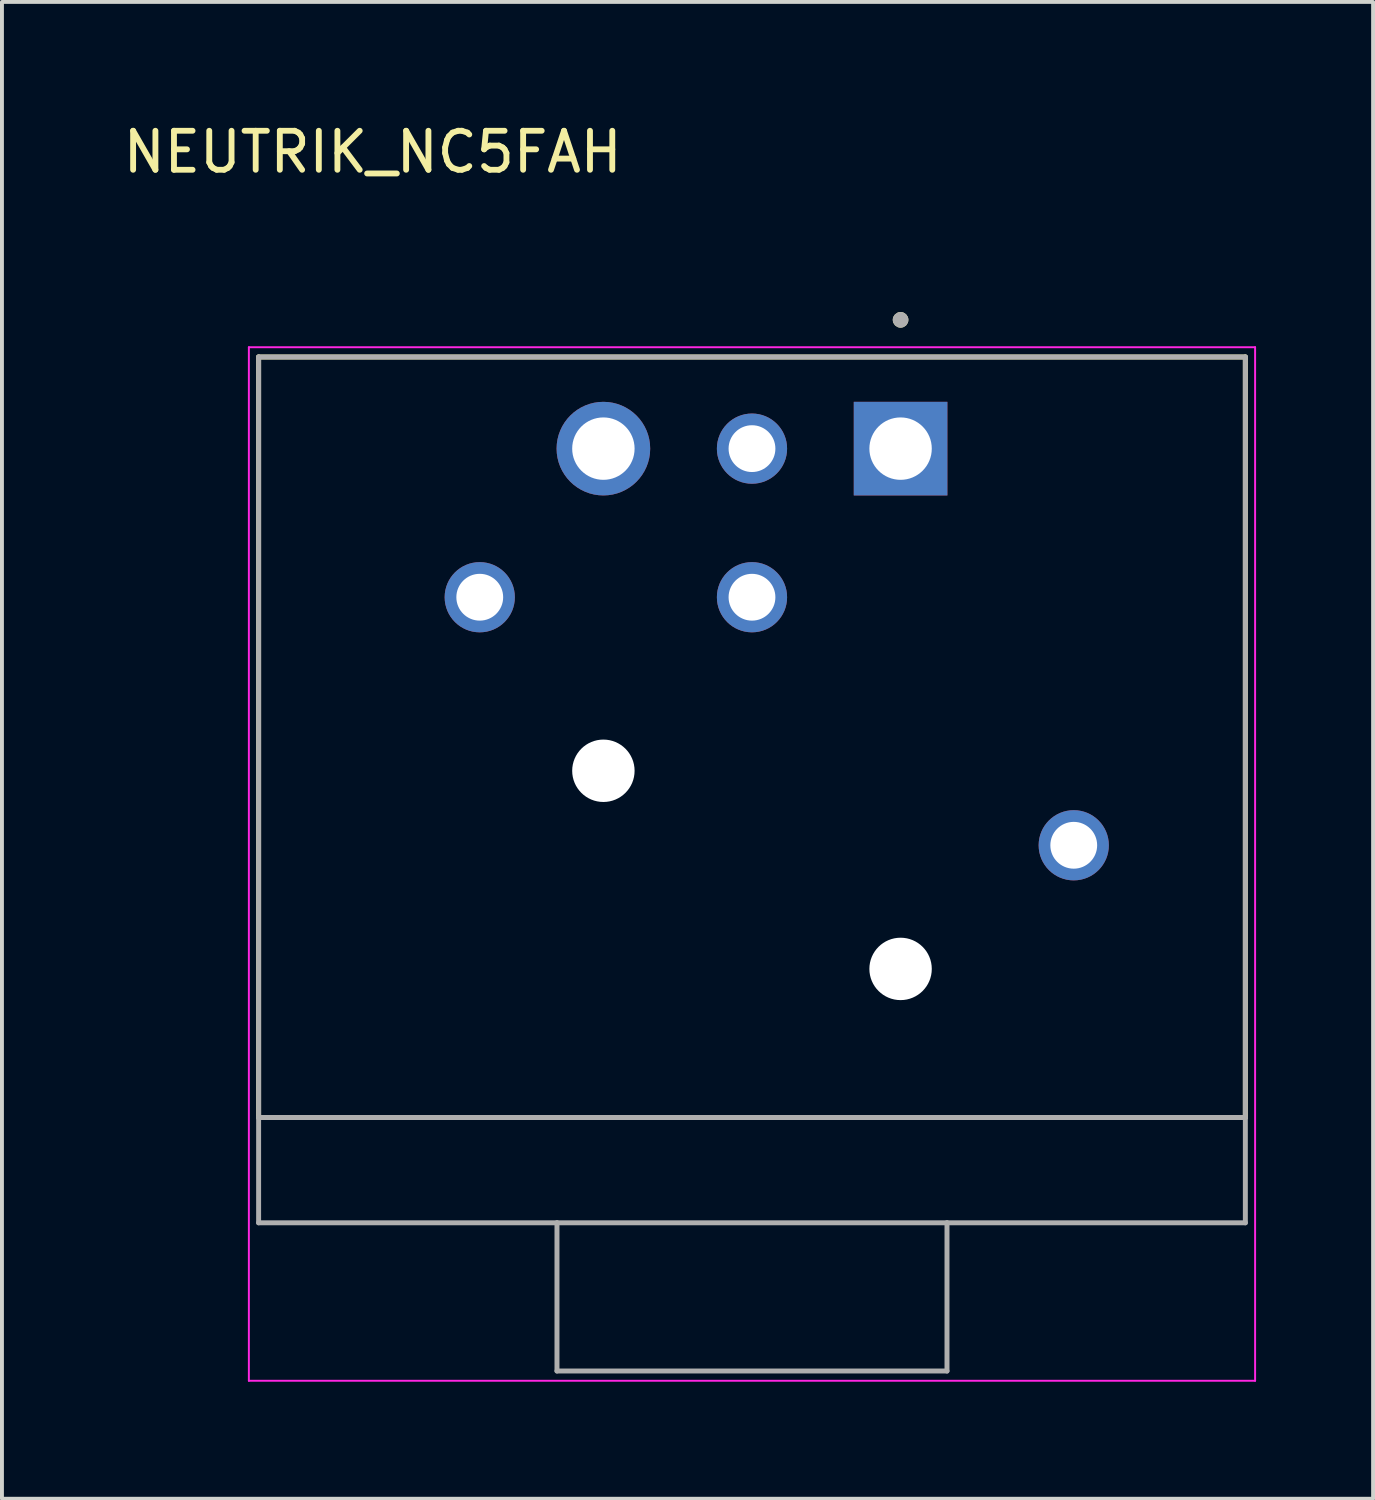
<source format=kicad_pcb>
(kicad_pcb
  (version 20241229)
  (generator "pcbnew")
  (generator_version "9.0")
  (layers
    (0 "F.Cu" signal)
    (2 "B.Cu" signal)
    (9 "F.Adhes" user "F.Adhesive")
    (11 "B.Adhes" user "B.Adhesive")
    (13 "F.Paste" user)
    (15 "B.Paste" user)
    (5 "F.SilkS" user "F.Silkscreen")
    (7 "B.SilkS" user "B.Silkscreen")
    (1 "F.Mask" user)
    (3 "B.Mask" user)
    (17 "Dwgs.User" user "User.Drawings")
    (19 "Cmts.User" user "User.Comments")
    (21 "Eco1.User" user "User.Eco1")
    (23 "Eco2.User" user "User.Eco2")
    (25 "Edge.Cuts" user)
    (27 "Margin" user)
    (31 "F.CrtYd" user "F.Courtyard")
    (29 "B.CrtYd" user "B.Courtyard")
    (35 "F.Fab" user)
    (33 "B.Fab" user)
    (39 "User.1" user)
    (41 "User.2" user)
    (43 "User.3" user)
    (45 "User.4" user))
  (footprint "NEUTRIK_NC5FAH"
    (layer "F.Cu")
    (at 16.231 8.453)
    (property "Reference" "NEUTRIK_NC5FAH" (at -9.725 -7.605 0) (layer "F.SilkS") (effects (font (size 1 1) (thickness 0.15))))
    (attr through_hole)
    (fp_line (start -12.65 17.15) (end -12.65 -2.35) (stroke (width 0.127) (type solid)) (layer "F.SilkS"))
    (fp_line (start 12.65 -2.35) (end -12.65 -2.35) (stroke (width 0.127) (type solid)) (layer "F.SilkS"))
    (fp_line (start 12.65 17.15) (end -12.65 17.15) (stroke (width 0.127) (type solid)) (layer "F.SilkS"))
    (fp_line (start 12.65 17.15) (end 12.65 -2.35) (stroke (width 0.127) (type solid)) (layer "F.SilkS"))
    (fp_circle (center 3.81 -3.302) (end 3.91 -3.302) (stroke (width 0.2) (type solid)) (fill no) (layer "F.SilkS"))
    (fp_line (start -12.9 -2.6) (end -12.9 23.9) (stroke (width 0.05) (type solid)) (layer "F.CrtYd"))
    (fp_line (start -12.9 23.9) (end 12.9 23.9) (stroke (width 0.05) (type solid)) (layer "F.CrtYd"))
    (fp_line (start 12.9 -2.6) (end -12.9 -2.6) (stroke (width 0.05) (type solid)) (layer "F.CrtYd"))
    (fp_line (start 12.9 23.9) (end 12.9 -2.6) (stroke (width 0.05) (type solid)) (layer "F.CrtYd"))
    (fp_line (start -12.65 17.15) (end -12.65 -2.35) (stroke (width 0.127) (type solid)) (layer "F.Fab"))
    (fp_line (start -12.65 19.85) (end -12.65 17.15) (stroke (width 0.127) (type solid)) (layer "F.Fab"))
    (fp_line (start -5 19.85) (end -12.65 19.85) (stroke (width 0.127) (type solid)) (layer "F.Fab"))
    (fp_line (start -5 19.85) (end -5 23.65) (stroke (width 0.127) (type solid)) (layer "F.Fab"))
    (fp_line (start -5 23.65) (end 5 23.65) (stroke (width 0.127) (type solid)) (layer "F.Fab"))
    (fp_line (start 5 19.85) (end -5 19.85) (stroke (width 0.127) (type solid)) (layer "F.Fab"))
    (fp_line (start 5 23.65) (end 5 19.85) (stroke (width 0.127) (type solid)) (layer "F.Fab"))
    (fp_line (start 12.65 -2.35) (end -12.65 -2.35) (stroke (width 0.127) (type solid)) (layer "F.Fab"))
    (fp_line (start 12.65 17.15) (end -12.65 17.15) (stroke (width 0.127) (type solid)) (layer "F.Fab"))
    (fp_line (start 12.65 17.15) (end 12.65 -2.35) (stroke (width 0.127) (type solid)) (layer "F.Fab"))
    (fp_line (start 12.65 19.85) (end 5 19.85) (stroke (width 0.127) (type solid)) (layer "F.Fab"))
    (fp_line (start 12.65 19.85) (end 12.65 17.15) (stroke (width 0.127) (type solid)) (layer "F.Fab"))
    (fp_circle (center 3.81 -3.302) (end 3.91 -3.302) (stroke (width 0.2) (type solid)) (fill no) (layer "F.Fab"))
    (pad "" np_thru_hole circle (at -3.81 8.26) (size 1.6 1.6) (drill 1.6) (layers "*.Cu" "*.Mask"))
    (pad "" np_thru_hole circle (at 3.81 13.34) (size 1.6 1.6) (drill 1.6) (layers "*.Cu" "*.Mask"))
    (pad "1" thru_hole rect (at 3.81 0) (size 2.4 2.4) (drill 1.6) (layers "*.Cu" "*.Mask"))
    (pad "2" thru_hole circle (at 0 3.81) (size 1.8 1.8) (drill 1.2) (layers "*.Cu" "*.Mask"))
    (pad "3" thru_hole circle (at 0 0) (size 1.8 1.8) (drill 1.2) (layers "*.Cu" "*.Mask"))
    (pad "4" thru_hole circle (at -6.98 3.81) (size 1.8 1.8) (drill 1.2) (layers "*.Cu" "*.Mask"))
    (pad "5" thru_hole circle (at -3.81 0) (size 2.4 2.4) (drill 1.6) (layers "*.Cu" "*.Mask"))
    (pad "G" thru_hole circle (at 8.25 10.17) (size 1.8 1.8) (drill 1.2) (layers "*.Cu" "*.Mask")))
  (gr_rect
    (start -3 -3)
    (end 32.156 35.378)
    (stroke (width 0.1) (type default))
    (fill no)
    (layer "Edge.Cuts")))
</source>
